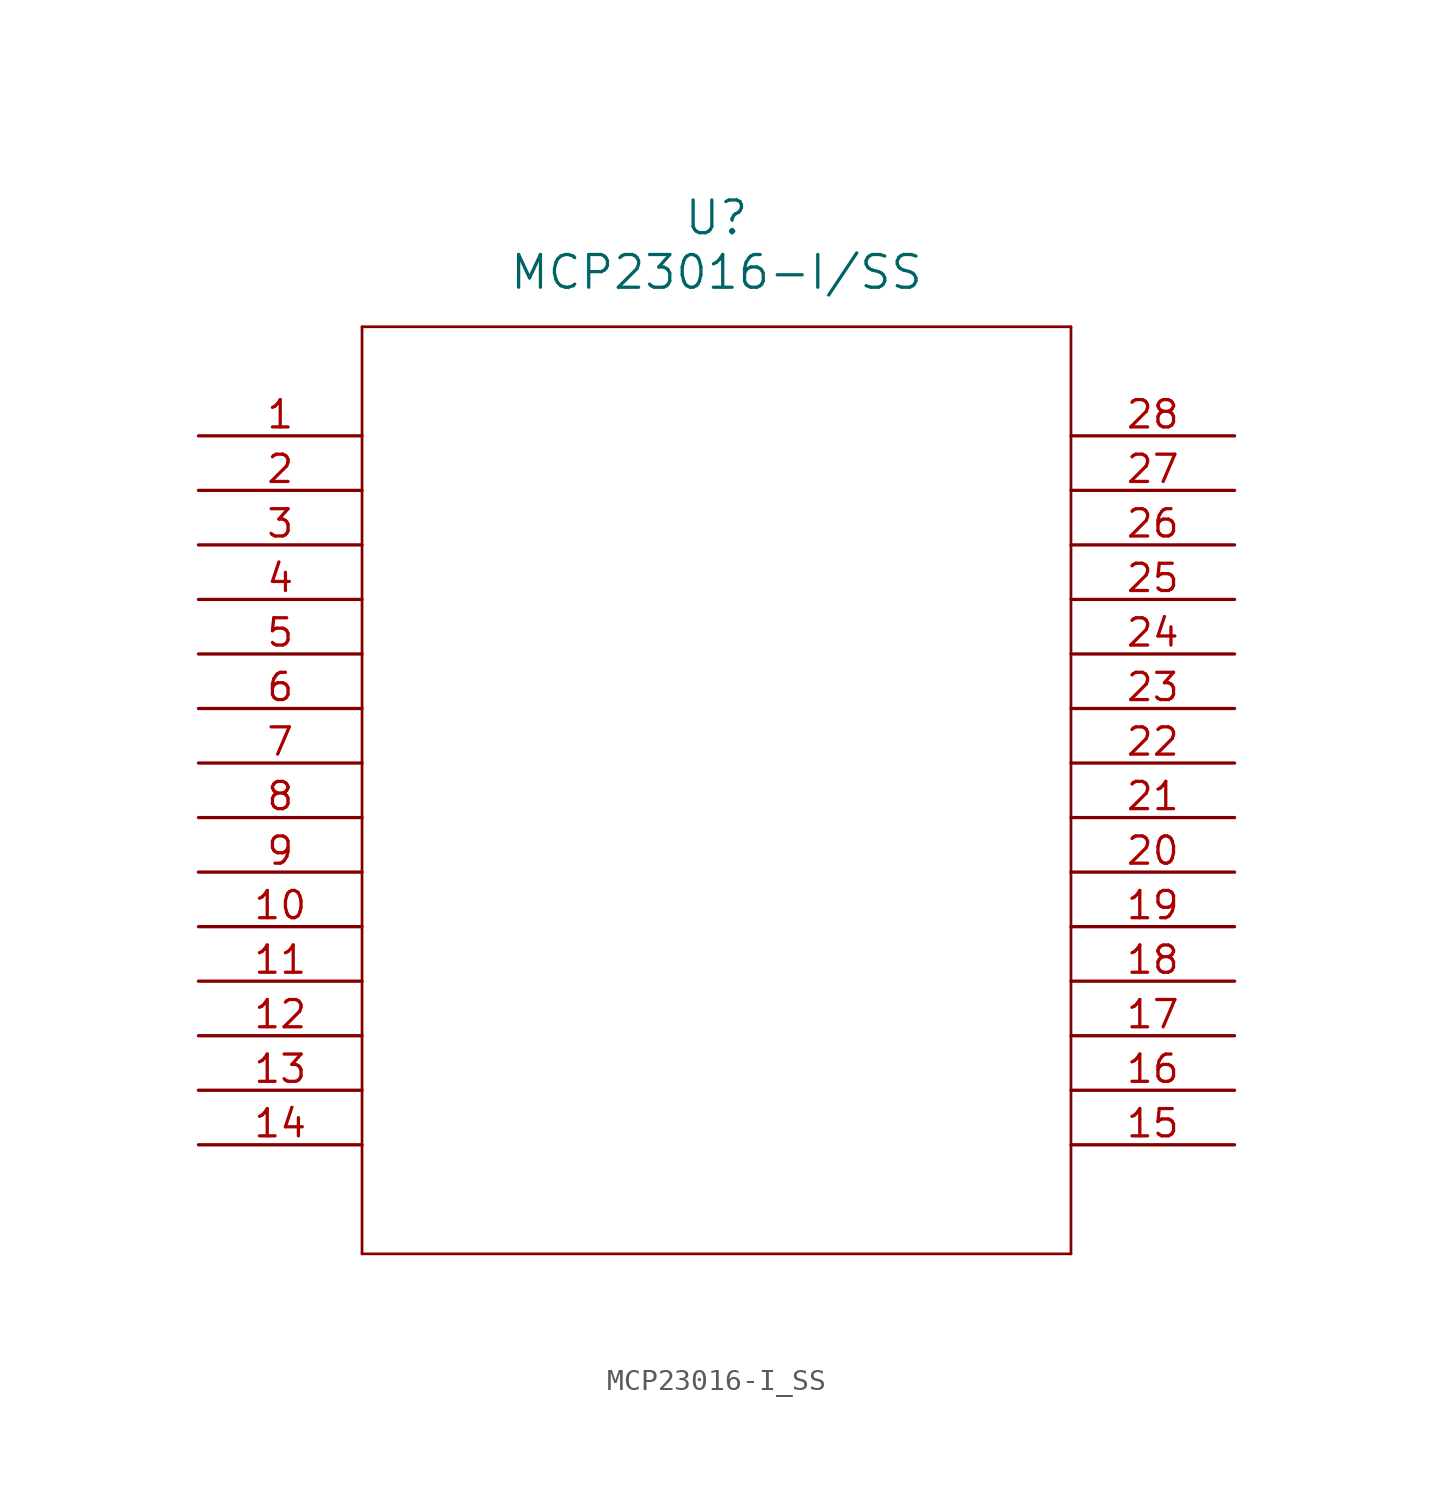
<source format=kicad_sym>
(kicad_symbol_lib
  (version 20211014)
  (generator kicad_symbol_editor)
  (symbol "MCP23016-I_SS"
    (pin_names
      (offset 0.254))
    (property "Reference" "U"
      (at 24.13 10.16 0)
      (effects (font (size 1.524 1.524))))
    (property "Value" "MCP23016-I/SS"
      (at 24.13 7.62 0)
      (effects (font (size 1.524 1.524))))
    (symbol "MCP23016-I_SS_0_1"
      (polyline (pts (xy 7.62 5.08) (xy 7.62 -38.1)) (stroke (width 0.127) (type default) (color 0 0 0 0)) (fill (type none)))
      (polyline (pts (xy 7.62 -38.1) (xy 40.64 -38.1)) (stroke (width 0.127) (type default) (color 0 0 0 0)) (fill (type none)))
      (polyline (pts (xy 40.64 -38.1) (xy 40.64 5.08)) (stroke (width 0.127) (type default) (color 0 0 0 0)) (fill (type none)))
      (polyline (pts (xy 40.64 5.08) (xy 7.62 5.08)) (stroke (width 0.127) (type default) (color 0 0 0 0)) (fill (type none)))
      (pin unspecified line (at 0 0 0) (length 7.62) (name "" (effects (font (size 1.27 1.27)))) (number "1" (effects (font (size 1.27 1.27)))))
      (pin unspecified line (at 0 -2.54 0) (length 7.62) (name "" (effects (font (size 1.27 1.27)))) (number "2" (effects (font (size 1.27 1.27)))))
      (pin unspecified line (at 0 -5.08 0) (length 7.62) (name "" (effects (font (size 1.27 1.27)))) (number "3" (effects (font (size 1.27 1.27)))))
      (pin unspecified line (at 0 -7.62 0) (length 7.62) (name "" (effects (font (size 1.27 1.27)))) (number "4" (effects (font (size 1.27 1.27)))))
      (pin unspecified line (at 0 -10.16 0) (length 7.62) (name "" (effects (font (size 1.27 1.27)))) (number "5" (effects (font (size 1.27 1.27)))))
      (pin unspecified line (at 0 -12.7 0) (length 7.62) (name "" (effects (font (size 1.27 1.27)))) (number "6" (effects (font (size 1.27 1.27)))))
      (pin unspecified line (at 0 -15.24 0) (length 7.62) (name "" (effects (font (size 1.27 1.27)))) (number "7" (effects (font (size 1.27 1.27)))))
      (pin unspecified line (at 0 -17.78 0) (length 7.62) (name "" (effects (font (size 1.27 1.27)))) (number "8" (effects (font (size 1.27 1.27)))))
      (pin unspecified line (at 0 -20.32 0) (length 7.62) (name "" (effects (font (size 1.27 1.27)))) (number "9" (effects (font (size 1.27 1.27)))))
      (pin unspecified line (at 0 -22.86 0) (length 7.62) (name "" (effects (font (size 1.27 1.27)))) (number "10" (effects (font (size 1.27 1.27)))))
      (pin unspecified line (at 0 -25.4 0) (length 7.62) (name "" (effects (font (size 1.27 1.27)))) (number "11" (effects (font (size 1.27 1.27)))))
      (pin unspecified line (at 0 -27.94 0) (length 7.62) (name "" (effects (font (size 1.27 1.27)))) (number "12" (effects (font (size 1.27 1.27)))))
      (pin unspecified line (at 0 -30.48 0) (length 7.62) (name "" (effects (font (size 1.27 1.27)))) (number "13" (effects (font (size 1.27 1.27)))))
      (pin unspecified line (at 0 -33.02 0) (length 7.62) (name "" (effects (font (size 1.27 1.27)))) (number "14" (effects (font (size 1.27 1.27)))))
      (pin unspecified line (at 48.26 -33.02 180) (length 7.62) (name "" (effects (font (size 1.27 1.27)))) (number "15" (effects (font (size 1.27 1.27)))))
      (pin unspecified line (at 48.26 -30.48 180) (length 7.62) (name "" (effects (font (size 1.27 1.27)))) (number "16" (effects (font (size 1.27 1.27)))))
      (pin unspecified line (at 48.26 -27.94 180) (length 7.62) (name "" (effects (font (size 1.27 1.27)))) (number "17" (effects (font (size 1.27 1.27)))))
      (pin unspecified line (at 48.26 -25.4 180) (length 7.62) (name "" (effects (font (size 1.27 1.27)))) (number "18" (effects (font (size 1.27 1.27)))))
      (pin unspecified line (at 48.26 -22.86 180) (length 7.62) (name "" (effects (font (size 1.27 1.27)))) (number "19" (effects (font (size 1.27 1.27)))))
      (pin unspecified line (at 48.26 -20.32 180) (length 7.62) (name "" (effects (font (size 1.27 1.27)))) (number "20" (effects (font (size 1.27 1.27)))))
      (pin unspecified line (at 48.26 -17.78 180) (length 7.62) (name "" (effects (font (size 1.27 1.27)))) (number "21" (effects (font (size 1.27 1.27)))))
      (pin unspecified line (at 48.26 -15.24 180) (length 7.62) (name "" (effects (font (size 1.27 1.27)))) (number "22" (effects (font (size 1.27 1.27)))))
      (pin unspecified line (at 48.26 -12.7 180) (length 7.62) (name "" (effects (font (size 1.27 1.27)))) (number "23" (effects (font (size 1.27 1.27)))))
      (pin unspecified line (at 48.26 -10.16 180) (length 7.62) (name "" (effects (font (size 1.27 1.27)))) (number "24" (effects (font (size 1.27 1.27)))))
      (pin unspecified line (at 48.26 -7.62 180) (length 7.62) (name "" (effects (font (size 1.27 1.27)))) (number "25" (effects (font (size 1.27 1.27)))))
      (pin unspecified line (at 48.26 -5.08 180) (length 7.62) (name "" (effects (font (size 1.27 1.27)))) (number "26" (effects (font (size 1.27 1.27)))))
      (pin unspecified line (at 48.26 -2.54 180) (length 7.62) (name "" (effects (font (size 1.27 1.27)))) (number "27" (effects (font (size 1.27 1.27)))))
      (pin unspecified line (at 48.26 0 180) (length 7.62) (name "" (effects (font (size 1.27 1.27)))) (number "28" (effects (font (size 1.27 1.27))))))))
</source>
